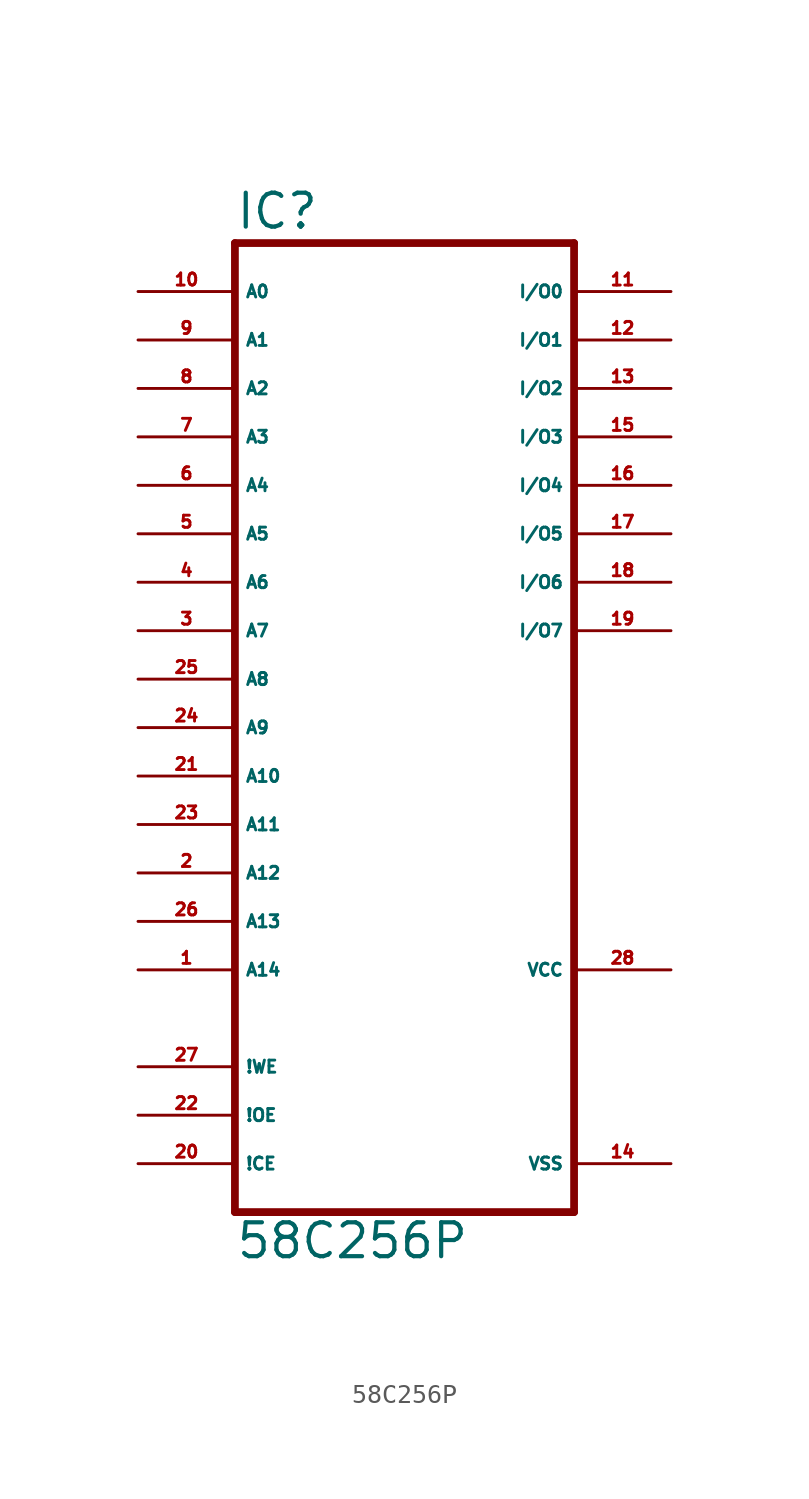
<source format=kicad_sym>
(kicad_symbol_lib
  (version 20220914)
  (generator Eagle2Kicad)
  (symbol "58C256P"
    (property "Reference" "IC"
      (at -10.16 31.115 0)
      (effects (font (size 1.778 1.778) (thickness 0.22)) (justify left bottom)))
    (property "Value" "58C256P"
      (at -10.16 -22.86 0)
      (effects (font (size 1.778 1.778) (thickness 0.22)) (justify left bottom)))
    (polyline
      (pts (xy -10.16 -20.32) (xy 7.62 -20.32))
      (stroke (width 0.406) (type default))
      (fill (type none)))
    (polyline
      (pts (xy 7.62 30.48) (xy 7.62 -20.32))
      (stroke (width 0.406) (type default))
      (fill (type none)))
    (polyline
      (pts (xy 7.62 30.48) (xy -10.16 30.48))
      (stroke (width 0.406) (type default))
      (fill (type none)))
    (polyline
      (pts (xy -10.16 -20.32) (xy -10.16 30.48))
      (stroke (width 0.406) (type default))
      (fill (type none)))
    (pin input line
      (at -15.24 27.94 0)
      (length 5.08)
      (name "A0" (effects (font (size 0.635 0.635) (thickness 0.08)) (justify left bottom)))
      (number "10" (effects (font (size 0.635 0.635) (thickness 0.08)) (justify left bottom))))
    (pin input line
      (at -15.24 25.4 0)
      (length 5.08)
      (name "A1" (effects (font (size 0.635 0.635) (thickness 0.08)) (justify left bottom)))
      (number "9" (effects (font (size 0.635 0.635) (thickness 0.08)) (justify left bottom))))
    (pin input line
      (at -15.24 20.32 0)
      (length 5.08)
      (name "A3" (effects (font (size 0.635 0.635) (thickness 0.08)) (justify left bottom)))
      (number "7" (effects (font (size 0.635 0.635) (thickness 0.08)) (justify left bottom))))
    (pin input line
      (at -15.24 22.86 0)
      (length 5.08)
      (name "A2" (effects (font (size 0.635 0.635) (thickness 0.08)) (justify left bottom)))
      (number "8" (effects (font (size 0.635 0.635) (thickness 0.08)) (justify left bottom))))
    (pin input line
      (at -15.24 17.78 0)
      (length 5.08)
      (name "A4" (effects (font (size 0.635 0.635) (thickness 0.08)) (justify left bottom)))
      (number "6" (effects (font (size 0.635 0.635) (thickness 0.08)) (justify left bottom))))
    (pin input line
      (at -15.24 15.24 0)
      (length 5.08)
      (name "A5" (effects (font (size 0.635 0.635) (thickness 0.08)) (justify left bottom)))
      (number "5" (effects (font (size 0.635 0.635) (thickness 0.08)) (justify left bottom))))
    (pin input line
      (at -15.24 12.7 0)
      (length 5.08)
      (name "A6" (effects (font (size 0.635 0.635) (thickness 0.08)) (justify left bottom)))
      (number "4" (effects (font (size 0.635 0.635) (thickness 0.08)) (justify left bottom))))
    (pin input line
      (at -15.24 10.16 0)
      (length 5.08)
      (name "A7" (effects (font (size 0.635 0.635) (thickness 0.08)) (justify left bottom)))
      (number "3" (effects (font (size 0.635 0.635) (thickness 0.08)) (justify left bottom))))
    (pin input line
      (at -15.24 7.62 0)
      (length 5.08)
      (name "A8" (effects (font (size 0.635 0.635) (thickness 0.08)) (justify left bottom)))
      (number "25" (effects (font (size 0.635 0.635) (thickness 0.08)) (justify left bottom))))
    (pin input line
      (at -15.24 5.08 0)
      (length 5.08)
      (name "A9" (effects (font (size 0.635 0.635) (thickness 0.08)) (justify left bottom)))
      (number "24" (effects (font (size 0.635 0.635) (thickness 0.08)) (justify left bottom))))
    (pin input line
      (at -15.24 2.54 0)
      (length 5.08)
      (name "A10" (effects (font (size 0.635 0.635) (thickness 0.08)) (justify left bottom)))
      (number "21" (effects (font (size 0.635 0.635) (thickness 0.08)) (justify left bottom))))
    (pin input line
      (at -15.24 0 0)
      (length 5.08)
      (name "A11" (effects (font (size 0.635 0.635) (thickness 0.08)) (justify left bottom)))
      (number "23" (effects (font (size 0.635 0.635) (thickness 0.08)) (justify left bottom))))
    (pin input line
      (at -15.24 -2.54 0)
      (length 5.08)
      (name "A12" (effects (font (size 0.635 0.635) (thickness 0.08)) (justify left bottom)))
      (number "2" (effects (font (size 0.635 0.635) (thickness 0.08)) (justify left bottom))))
    (pin input line
      (at -15.24 -5.08 0)
      (length 5.08)
      (name "A13" (effects (font (size 0.635 0.635) (thickness 0.08)) (justify left bottom)))
      (number "26" (effects (font (size 0.635 0.635) (thickness 0.08)) (justify left bottom))))
    (pin input line
      (at -15.24 -7.62 0)
      (length 5.08)
      (name "A14" (effects (font (size 0.635 0.635) (thickness 0.08)) (justify left bottom)))
      (number "1" (effects (font (size 0.635 0.635) (thickness 0.08)) (justify left bottom))))
    (pin input line
      (at -15.24 -12.7 0)
      (length 5.08)
      (name "!WE" (effects (font (size 0.635 0.635) (thickness 0.08)) (justify left bottom)))
      (number "27" (effects (font (size 0.635 0.635) (thickness 0.08)) (justify left bottom))))
    (pin input line
      (at -15.24 -15.24 0)
      (length 5.08)
      (name "!OE" (effects (font (size 0.635 0.635) (thickness 0.08)) (justify left bottom)))
      (number "22" (effects (font (size 0.635 0.635) (thickness 0.08)) (justify left bottom))))
    (pin input line
      (at -15.24 -17.78 0)
      (length 5.08)
      (name "!CE" (effects (font (size 0.635 0.635) (thickness 0.08)) (justify left bottom)))
      (number "20" (effects (font (size 0.635 0.635) (thickness 0.08)) (justify left bottom))))
    (pin tri_state line
      (at 12.7 27.94 180)
      (length 5.08)
      (name "I/O0" (effects (font (size 0.635 0.635) (thickness 0.08)) (justify left bottom)))
      (number "11" (effects (font (size 0.635 0.635) (thickness 0.08)) (justify left bottom))))
    (pin tri_state line
      (at 12.7 25.4 180)
      (length 5.08)
      (name "I/O1" (effects (font (size 0.635 0.635) (thickness 0.08)) (justify left bottom)))
      (number "12" (effects (font (size 0.635 0.635) (thickness 0.08)) (justify left bottom))))
    (pin tri_state line
      (at 12.7 22.86 180)
      (length 5.08)
      (name "I/O2" (effects (font (size 0.635 0.635) (thickness 0.08)) (justify left bottom)))
      (number "13" (effects (font (size 0.635 0.635) (thickness 0.08)) (justify left bottom))))
    (pin tri_state line
      (at 12.7 20.32 180)
      (length 5.08)
      (name "I/O3" (effects (font (size 0.635 0.635) (thickness 0.08)) (justify left bottom)))
      (number "15" (effects (font (size 0.635 0.635) (thickness 0.08)) (justify left bottom))))
    (pin tri_state line
      (at 12.7 17.78 180)
      (length 5.08)
      (name "I/O4" (effects (font (size 0.635 0.635) (thickness 0.08)) (justify left bottom)))
      (number "16" (effects (font (size 0.635 0.635) (thickness 0.08)) (justify left bottom))))
    (pin tri_state line
      (at 12.7 15.24 180)
      (length 5.08)
      (name "I/O5" (effects (font (size 0.635 0.635) (thickness 0.08)) (justify left bottom)))
      (number "17" (effects (font (size 0.635 0.635) (thickness 0.08)) (justify left bottom))))
    (pin tri_state line
      (at 12.7 12.7 180)
      (length 5.08)
      (name "I/O6" (effects (font (size 0.635 0.635) (thickness 0.08)) (justify left bottom)))
      (number "18" (effects (font (size 0.635 0.635) (thickness 0.08)) (justify left bottom))))
    (pin tri_state line
      (at 12.7 10.16 180)
      (length 5.08)
      (name "I/O7" (effects (font (size 0.635 0.635) (thickness 0.08)) (justify left bottom)))
      (number "19" (effects (font (size 0.635 0.635) (thickness 0.08)) (justify left bottom))))
    (pin unspecified line
      (at 12.7 -17.78 180)
      (length 5.08)
      (name "VSS" (effects (font (size 0.635 0.635) (thickness 0.08)) (justify left bottom)))
      (number "14" (effects (font (size 0.635 0.635) (thickness 0.08)) (justify left bottom))))
    (pin unspecified line
      (at 12.7 -7.62 180)
      (length 5.08)
      (name "VCC" (effects (font (size 0.635 0.635) (thickness 0.08)) (justify left bottom)))
      (number "28" (effects (font (size 0.635 0.635) (thickness 0.08)) (justify left bottom))))))
</source>
